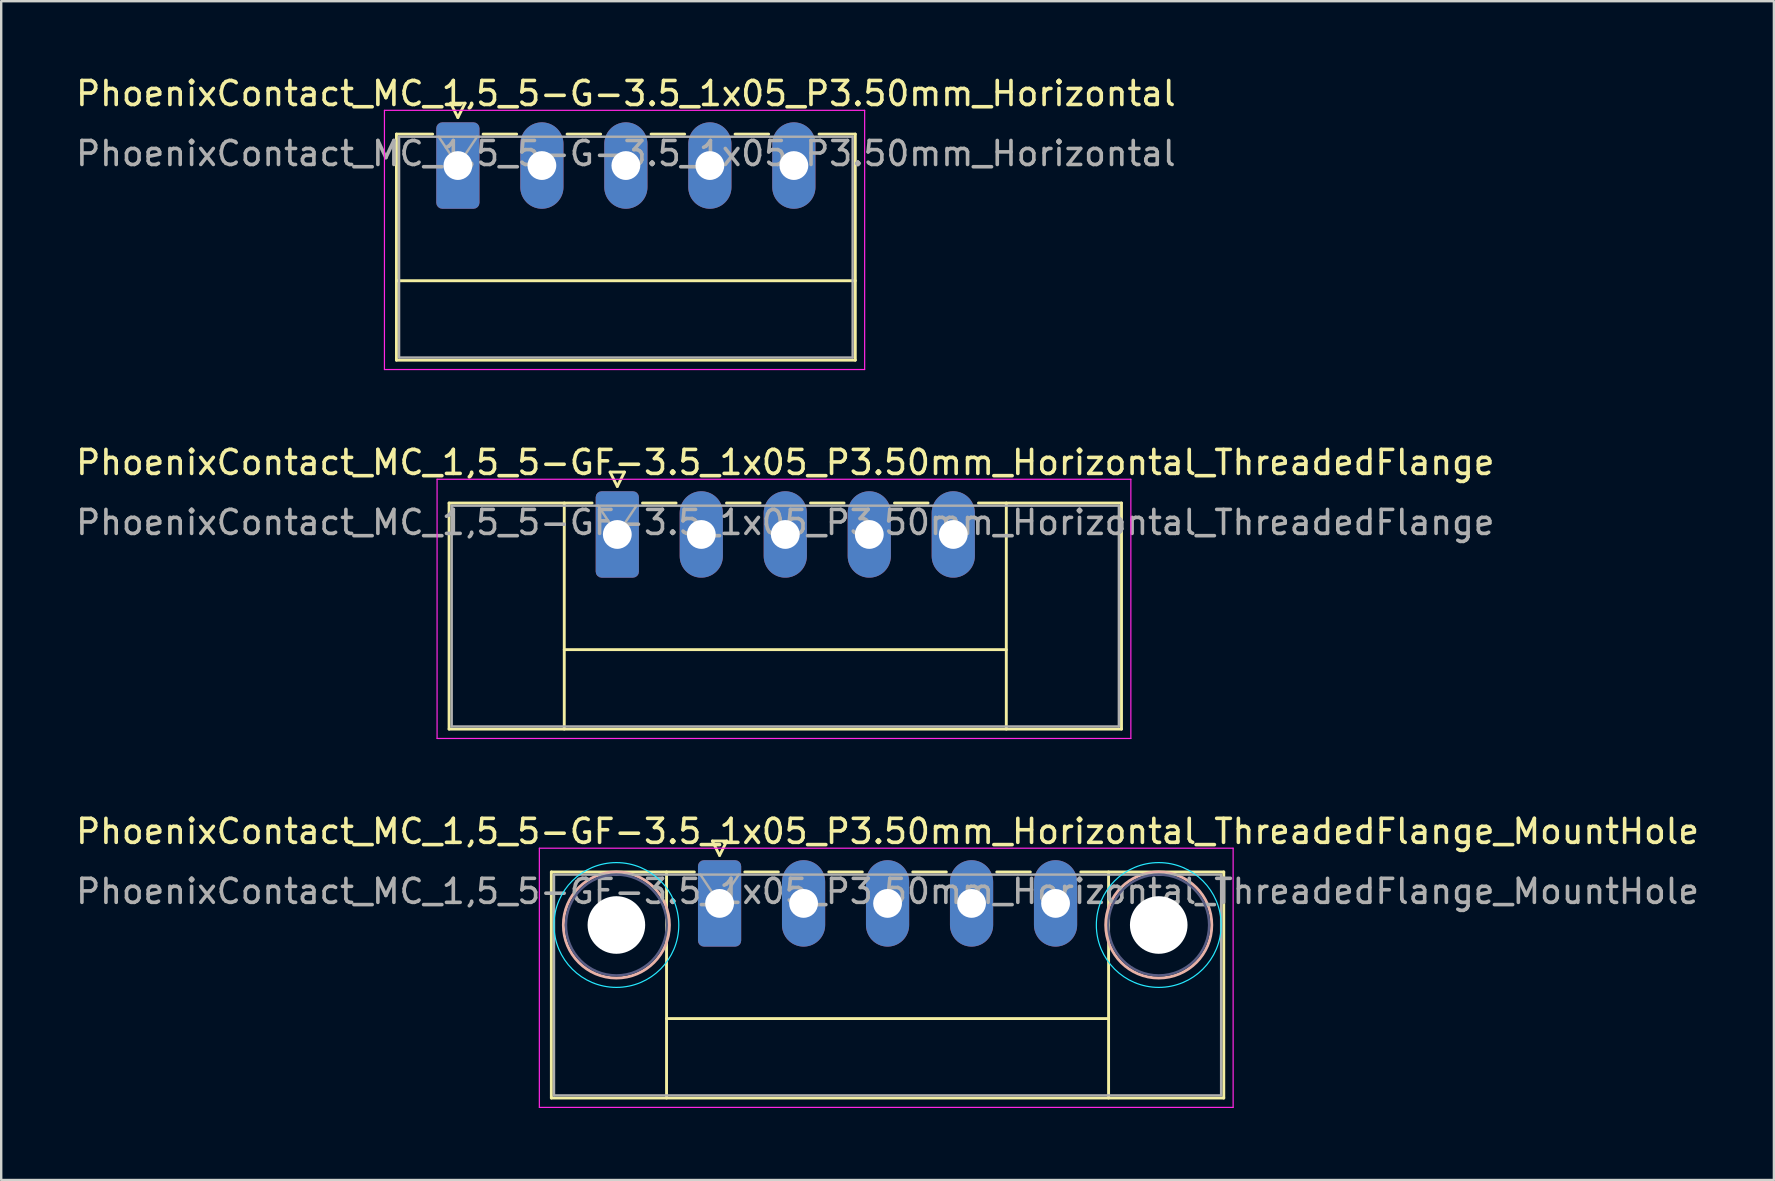
<source format=kicad_pcb>
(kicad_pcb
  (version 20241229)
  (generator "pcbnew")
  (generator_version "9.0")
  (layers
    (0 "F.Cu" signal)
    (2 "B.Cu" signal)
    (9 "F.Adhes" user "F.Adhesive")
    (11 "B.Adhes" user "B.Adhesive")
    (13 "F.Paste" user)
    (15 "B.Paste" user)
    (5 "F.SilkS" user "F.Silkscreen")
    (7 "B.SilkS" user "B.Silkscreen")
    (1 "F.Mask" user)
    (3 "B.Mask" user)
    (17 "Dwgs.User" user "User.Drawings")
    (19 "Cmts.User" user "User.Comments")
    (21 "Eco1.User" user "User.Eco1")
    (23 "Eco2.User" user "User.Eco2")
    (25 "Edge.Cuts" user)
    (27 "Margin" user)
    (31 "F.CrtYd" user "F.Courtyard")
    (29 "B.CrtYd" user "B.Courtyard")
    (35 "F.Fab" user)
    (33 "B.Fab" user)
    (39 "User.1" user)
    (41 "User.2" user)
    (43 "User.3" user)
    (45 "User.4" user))
  (footprint "PhoenixContact_MC_1,5_5-G-3.5_1x05_P3.50mm_Horizontal"
    (layer "F.Cu")
    (at 16.03 3.848)
    (property "Reference" "PhoenixContact_MC_1,5_5-G-3.5_1x05_P3.50mm_Horizontal" (at 7 -3 0) (layer "F.SilkS") (effects (font (size 1 1) (thickness 0.15))))
    (attr through_hole)
    (fp_line (start -2.56 -1.31) (end -2.56 8.11) (stroke (width 0.12) (type solid)) (layer "F.SilkS"))
    (fp_line (start -2.56 -1.31) (end -1.05 -1.31) (stroke (width 0.12) (type solid)) (layer "F.SilkS"))
    (fp_line (start -2.56 4.8) (end 16.56 4.8) (stroke (width 0.12) (type solid)) (layer "F.SilkS"))
    (fp_line (start -2.56 8.11) (end 16.56 8.11) (stroke (width 0.12) (type solid)) (layer "F.SilkS"))
    (fp_line (start -0.3 -2.6) (end 0.3 -2.6) (stroke (width 0.12) (type solid)) (layer "F.SilkS"))
    (fp_line (start 0 -2) (end -0.3 -2.6) (stroke (width 0.12) (type solid)) (layer "F.SilkS"))
    (fp_line (start 0.3 -2.6) (end 0 -2) (stroke (width 0.12) (type solid)) (layer "F.SilkS"))
    (fp_line (start 1.05 -1.31) (end 2.45 -1.31) (stroke (width 0.12) (type solid)) (layer "F.SilkS"))
    (fp_line (start 4.55 -1.31) (end 5.95 -1.31) (stroke (width 0.12) (type solid)) (layer "F.SilkS"))
    (fp_line (start 8.05 -1.31) (end 9.45 -1.31) (stroke (width 0.12) (type solid)) (layer "F.SilkS"))
    (fp_line (start 11.55 -1.31) (end 12.95 -1.31) (stroke (width 0.12) (type solid)) (layer "F.SilkS"))
    (fp_line (start 16.56 -1.31) (end 15.05 -1.31) (stroke (width 0.12) (type solid)) (layer "F.SilkS"))
    (fp_line (start 16.56 8.11) (end 16.56 -1.31) (stroke (width 0.12) (type solid)) (layer "F.SilkS"))
    (fp_line (start -3.06 -2.3) (end -3.06 8.5) (stroke (width 0.05) (type solid)) (layer "F.CrtYd"))
    (fp_line (start -3.06 8.5) (end 16.95 8.5) (stroke (width 0.05) (type solid)) (layer "F.CrtYd"))
    (fp_line (start 16.95 -2.3) (end -3.06 -2.3) (stroke (width 0.05) (type solid)) (layer "F.CrtYd"))
    (fp_line (start 16.95 8.5) (end 16.95 -2.3) (stroke (width 0.05) (type solid)) (layer "F.CrtYd"))
    (fp_line (start -2.45 -1.2) (end -2.45 8) (stroke (width 0.1) (type solid)) (layer "F.Fab"))
    (fp_line (start -2.45 8) (end 16.45 8) (stroke (width 0.1) (type solid)) (layer "F.Fab"))
    (fp_line (start 0 0) (end -0.8 -1.2) (stroke (width 0.1) (type solid)) (layer "F.Fab"))
    (fp_line (start 0.8 -1.2) (end 0 0) (stroke (width 0.1) (type solid)) (layer "F.Fab"))
    (fp_line (start 16.45 -1.2) (end -2.45 -1.2) (stroke (width 0.1) (type solid)) (layer "F.Fab"))
    (fp_line (start 16.45 8) (end 16.45 -1.2) (stroke (width 0.1) (type solid)) (layer "F.Fab"))
    (fp_text user "${REFERENCE}" (at 7 -0.5 0) (layer "F.Fab") (effects (font (size 1 1) (thickness 0.15))))
    (pad "1" thru_hole roundrect (at 0 0) (size 1.8 3.6) (drill 1.2) (layers "*.Cu" "*.Mask") (roundrect_rratio 0.139))
    (pad "2" thru_hole oval (at 3.5 0) (size 1.8 3.6) (drill 1.2) (layers "*.Cu" "*.Mask"))
    (pad "3" thru_hole oval (at 7 0) (size 1.8 3.6) (drill 1.2) (layers "*.Cu" "*.Mask"))
    (pad "4" thru_hole oval (at 10.5 0) (size 1.8 3.6) (drill 1.2) (layers "*.Cu" "*.Mask"))
    (pad "5" thru_hole oval (at 14 0) (size 1.8 3.6) (drill 1.2) (layers "*.Cu" "*.Mask")))
  (footprint "PhoenixContact_MC_1,5_5-GF-3.5_1x05_P3.50mm_Horizontal_ThreadedFlange"
    (layer "F.Cu")
    (at 22.673 19.221)
    (property "Reference" "PhoenixContact_MC_1,5_5-GF-3.5_1x05_P3.50mm_Horizontal_ThreadedFlange" (at 7 -3 0) (layer "F.SilkS") (effects (font (size 1 1) (thickness 0.15))))
    (attr through_hole)
    (fp_line (start -7.01 -1.31) (end -7.01 8.11) (stroke (width 0.12) (type solid)) (layer "F.SilkS"))
    (fp_line (start -7.01 -1.31) (end -1.05 -1.31) (stroke (width 0.12) (type solid)) (layer "F.SilkS"))
    (fp_line (start -7.01 8.11) (end 21.01 8.11) (stroke (width 0.12) (type solid)) (layer "F.SilkS"))
    (fp_line (start -2.21 -1.31) (end -2.21 8.11) (stroke (width 0.12) (type solid)) (layer "F.SilkS"))
    (fp_line (start -2.21 4.8) (end 16.21 4.8) (stroke (width 0.12) (type solid)) (layer "F.SilkS"))
    (fp_line (start -0.3 -2.6) (end 0.3 -2.6) (stroke (width 0.12) (type solid)) (layer "F.SilkS"))
    (fp_line (start 0 -2) (end -0.3 -2.6) (stroke (width 0.12) (type solid)) (layer "F.SilkS"))
    (fp_line (start 0.3 -2.6) (end 0 -2) (stroke (width 0.12) (type solid)) (layer "F.SilkS"))
    (fp_line (start 1.05 -1.31) (end 2.45 -1.31) (stroke (width 0.12) (type solid)) (layer "F.SilkS"))
    (fp_line (start 4.55 -1.31) (end 5.95 -1.31) (stroke (width 0.12) (type solid)) (layer "F.SilkS"))
    (fp_line (start 8.05 -1.31) (end 9.45 -1.31) (stroke (width 0.12) (type solid)) (layer "F.SilkS"))
    (fp_line (start 11.55 -1.31) (end 12.95 -1.31) (stroke (width 0.12) (type solid)) (layer "F.SilkS"))
    (fp_line (start 16.21 -1.31) (end 16.21 8.11) (stroke (width 0.12) (type solid)) (layer "F.SilkS"))
    (fp_line (start 21.01 -1.31) (end 15.05 -1.31) (stroke (width 0.12) (type solid)) (layer "F.SilkS"))
    (fp_line (start 21.01 8.11) (end 21.01 -1.31) (stroke (width 0.12) (type solid)) (layer "F.SilkS"))
    (fp_line (start -7.51 -2.3) (end -7.51 8.5) (stroke (width 0.05) (type solid)) (layer "F.CrtYd"))
    (fp_line (start -7.51 8.5) (end 21.4 8.5) (stroke (width 0.05) (type solid)) (layer "F.CrtYd"))
    (fp_line (start 21.4 -2.3) (end -7.51 -2.3) (stroke (width 0.05) (type solid)) (layer "F.CrtYd"))
    (fp_line (start 21.4 8.5) (end 21.4 -2.3) (stroke (width 0.05) (type solid)) (layer "F.CrtYd"))
    (fp_line (start -6.9 -1.2) (end -6.9 8) (stroke (width 0.1) (type solid)) (layer "F.Fab"))
    (fp_line (start -6.9 8) (end 20.9 8) (stroke (width 0.1) (type solid)) (layer "F.Fab"))
    (fp_line (start 0 0) (end -0.8 -1.2) (stroke (width 0.1) (type solid)) (layer "F.Fab"))
    (fp_line (start 0.8 -1.2) (end 0 0) (stroke (width 0.1) (type solid)) (layer "F.Fab"))
    (fp_line (start 20.9 -1.2) (end -6.9 -1.2) (stroke (width 0.1) (type solid)) (layer "F.Fab"))
    (fp_line (start 20.9 8) (end 20.9 -1.2) (stroke (width 0.1) (type solid)) (layer "F.Fab"))
    (fp_text user "${REFERENCE}" (at 7 -0.5 0) (layer "F.Fab") (effects (font (size 1 1) (thickness 0.15))))
    (pad "1" thru_hole roundrect (at 0 0) (size 1.8 3.6) (drill 1.2) (layers "*.Cu" "*.Mask") (roundrect_rratio 0.139))
    (pad "2" thru_hole oval (at 3.5 0) (size 1.8 3.6) (drill 1.2) (layers "*.Cu" "*.Mask"))
    (pad "3" thru_hole oval (at 7 0) (size 1.8 3.6) (drill 1.2) (layers "*.Cu" "*.Mask"))
    (pad "4" thru_hole oval (at 10.5 0) (size 1.8 3.6) (drill 1.2) (layers "*.Cu" "*.Mask"))
    (pad "5" thru_hole oval (at 14 0) (size 1.8 3.6) (drill 1.2) (layers "*.Cu" "*.Mask")))
  (footprint "PhoenixContact_MC_1,5_5-GF-3.5_1x05_P3.50mm_Horizontal_ThreadedFlange_MountHole"
    (layer "F.Cu")
    (at 26.935 34.595)
    (property "Reference" "PhoenixContact_MC_1,5_5-GF-3.5_1x05_P3.50mm_Horizontal_ThreadedFlange_MountHole" (at 7 -3 0) (layer "F.SilkS") (effects (font (size 1 1) (thickness 0.15))))
    (attr through_hole)
    (fp_line (start -7.01 -1.31) (end -7.01 8.11) (stroke (width 0.12) (type solid)) (layer "F.SilkS"))
    (fp_line (start -7.01 -1.31) (end -1.05 -1.31) (stroke (width 0.12) (type solid)) (layer "F.SilkS"))
    (fp_line (start -7.01 8.11) (end 21.01 8.11) (stroke (width 0.12) (type solid)) (layer "F.SilkS"))
    (fp_line (start -2.21 -1.31) (end -2.21 8.11) (stroke (width 0.12) (type solid)) (layer "F.SilkS"))
    (fp_line (start -2.21 4.8) (end 16.21 4.8) (stroke (width 0.12) (type solid)) (layer "F.SilkS"))
    (fp_line (start -0.3 -2.6) (end 0.3 -2.6) (stroke (width 0.12) (type solid)) (layer "F.SilkS"))
    (fp_line (start 0 -2) (end -0.3 -2.6) (stroke (width 0.12) (type solid)) (layer "F.SilkS"))
    (fp_line (start 0.3 -2.6) (end 0 -2) (stroke (width 0.12) (type solid)) (layer "F.SilkS"))
    (fp_line (start 1.05 -1.31) (end 2.45 -1.31) (stroke (width 0.12) (type solid)) (layer "F.SilkS"))
    (fp_line (start 4.55 -1.31) (end 5.95 -1.31) (stroke (width 0.12) (type solid)) (layer "F.SilkS"))
    (fp_line (start 8.05 -1.31) (end 9.45 -1.31) (stroke (width 0.12) (type solid)) (layer "F.SilkS"))
    (fp_line (start 11.55 -1.31) (end 12.95 -1.31) (stroke (width 0.12) (type solid)) (layer "F.SilkS"))
    (fp_line (start 16.21 -1.31) (end 16.21 8.11) (stroke (width 0.12) (type solid)) (layer "F.SilkS"))
    (fp_line (start 21.01 -1.31) (end 15.05 -1.31) (stroke (width 0.12) (type solid)) (layer "F.SilkS"))
    (fp_line (start 21.01 8.11) (end 21.01 -1.31) (stroke (width 0.12) (type solid)) (layer "F.SilkS"))
    (fp_circle (center -4.3 0.9) (end -2.09 0.9) (stroke (width 0.12) (type solid)) (fill no) (layer "B.SilkS"))
    (fp_circle (center 18.3 0.9) (end 20.51 0.9) (stroke (width 0.12) (type solid)) (fill no) (layer "B.SilkS"))
    (fp_circle (center -4.3 0.9) (end -1.7 0.9) (stroke (width 0.05) (type solid)) (fill no) (layer "B.CrtYd"))
    (fp_circle (center 18.3 0.9) (end 20.9 0.9) (stroke (width 0.05) (type solid)) (fill no) (layer "B.CrtYd"))
    (fp_line (start -7.51 -2.3) (end -7.51 8.5) (stroke (width 0.05) (type solid)) (layer "F.CrtYd"))
    (fp_line (start -7.51 8.5) (end 21.4 8.5) (stroke (width 0.05) (type solid)) (layer "F.CrtYd"))
    (fp_line (start 21.4 -2.3) (end -7.51 -2.3) (stroke (width 0.05) (type solid)) (layer "F.CrtYd"))
    (fp_line (start 21.4 8.5) (end 21.4 -2.3) (stroke (width 0.05) (type solid)) (layer "F.CrtYd"))
    (fp_circle (center -4.3 0.9) (end -2.2 0.9) (stroke (width 0.1) (type solid)) (fill no) (layer "B.Fab"))
    (fp_circle (center 18.3 0.9) (end 20.4 0.9) (stroke (width 0.1) (type solid)) (fill no) (layer "B.Fab"))
    (fp_line (start -6.9 -1.2) (end -6.9 8) (stroke (width 0.1) (type solid)) (layer "F.Fab"))
    (fp_line (start -6.9 8) (end 20.9 8) (stroke (width 0.1) (type solid)) (layer "F.Fab"))
    (fp_line (start 0 0) (end -0.8 -1.2) (stroke (width 0.1) (type solid)) (layer "F.Fab"))
    (fp_line (start 0.8 -1.2) (end 0 0) (stroke (width 0.1) (type solid)) (layer "F.Fab"))
    (fp_line (start 20.9 -1.2) (end -6.9 -1.2) (stroke (width 0.1) (type solid)) (layer "F.Fab"))
    (fp_line (start 20.9 8) (end 20.9 -1.2) (stroke (width 0.1) (type solid)) (layer "F.Fab"))
    (fp_text user "${REFERENCE}" (at 7 -0.5 0) (layer "F.Fab") (effects (font (size 1 1) (thickness 0.15))))
    (pad "" np_thru_hole circle (at -4.3 0.9) (size 2.4 2.4) (drill 2.4) (layers "*.Cu" "*.Mask"))
    (pad "" np_thru_hole circle (at 18.3 0.9) (size 2.4 2.4) (drill 2.4) (layers "*.Cu" "*.Mask"))
    (pad "1" thru_hole roundrect (at 0 0) (size 1.8 3.6) (drill 1.2) (layers "*.Cu" "*.Mask") (roundrect_rratio 0.139))
    (pad "2" thru_hole oval (at 3.5 0) (size 1.8 3.6) (drill 1.2) (layers "*.Cu" "*.Mask"))
    (pad "3" thru_hole oval (at 7 0) (size 1.8 3.6) (drill 1.2) (layers "*.Cu" "*.Mask"))
    (pad "4" thru_hole oval (at 10.5 0) (size 1.8 3.6) (drill 1.2) (layers "*.Cu" "*.Mask"))
    (pad "5" thru_hole oval (at 14 0) (size 1.8 3.6) (drill 1.2) (layers "*.Cu" "*.Mask")))
  (gr_rect
    (start -3 -3)
    (end 70.869 46.12)
    (stroke (width 0.1) (type default))
    (fill no)
    (layer "Edge.Cuts")))
</source>
